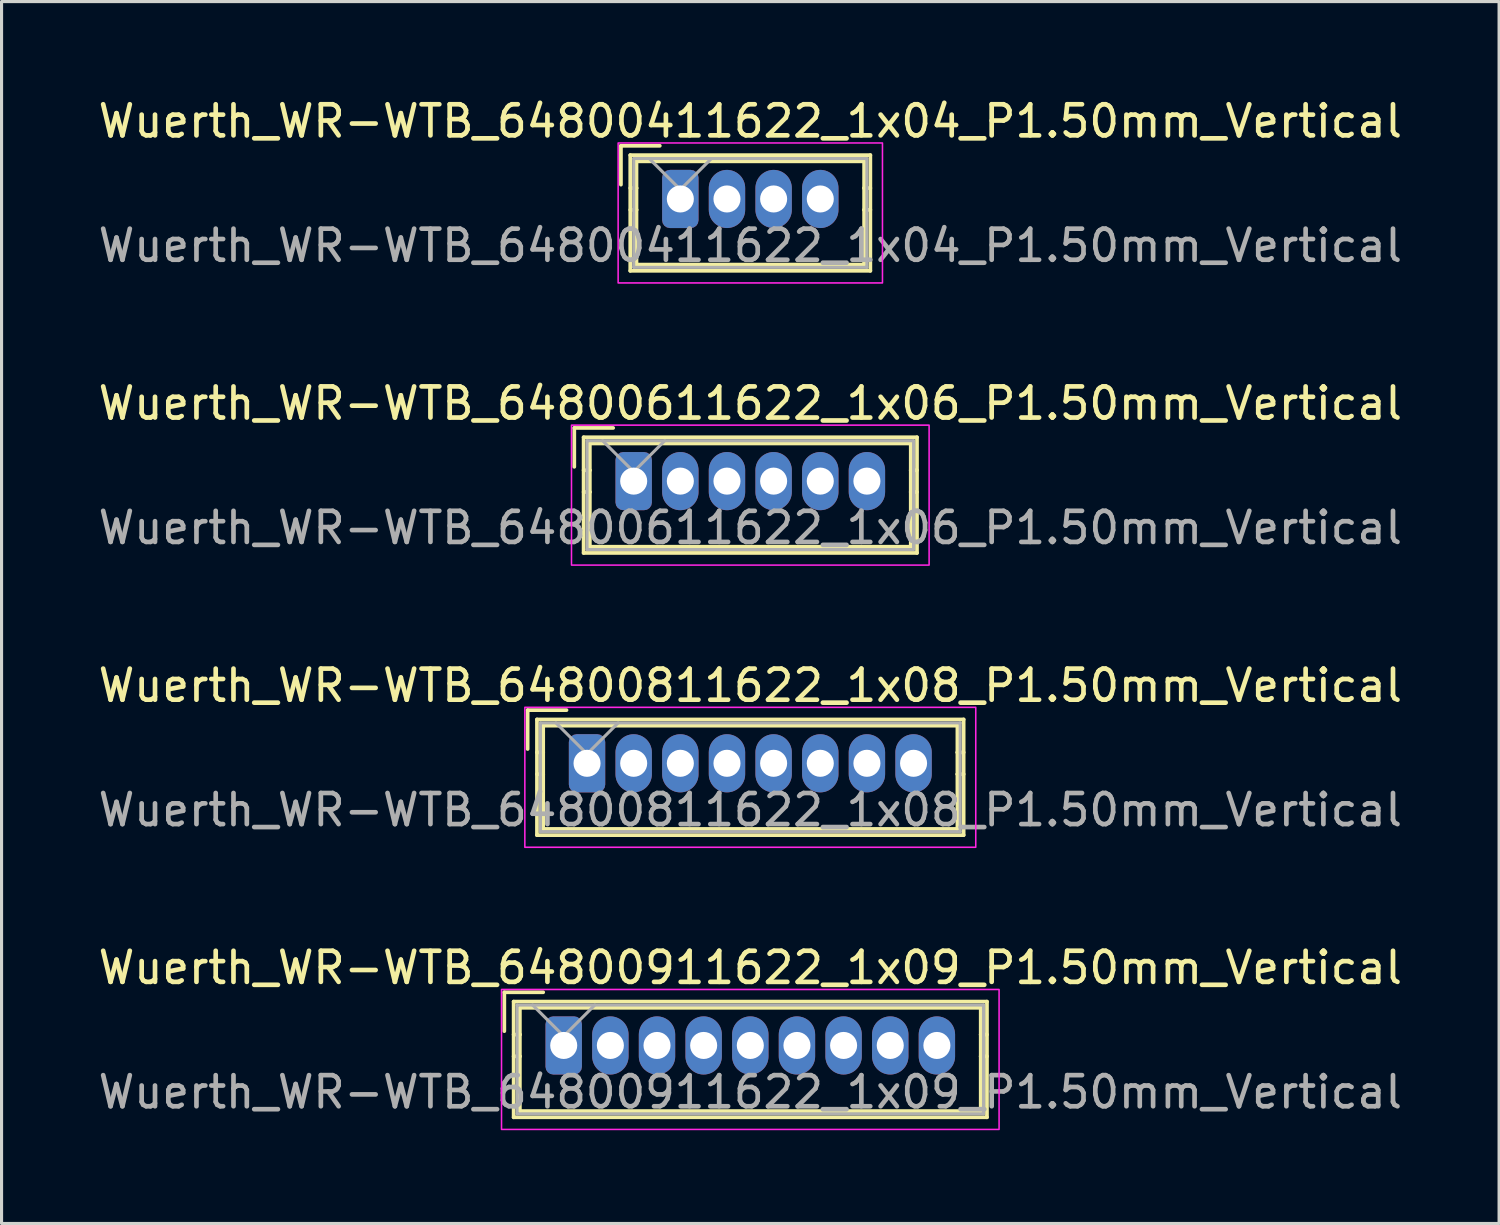
<source format=kicad_pcb>
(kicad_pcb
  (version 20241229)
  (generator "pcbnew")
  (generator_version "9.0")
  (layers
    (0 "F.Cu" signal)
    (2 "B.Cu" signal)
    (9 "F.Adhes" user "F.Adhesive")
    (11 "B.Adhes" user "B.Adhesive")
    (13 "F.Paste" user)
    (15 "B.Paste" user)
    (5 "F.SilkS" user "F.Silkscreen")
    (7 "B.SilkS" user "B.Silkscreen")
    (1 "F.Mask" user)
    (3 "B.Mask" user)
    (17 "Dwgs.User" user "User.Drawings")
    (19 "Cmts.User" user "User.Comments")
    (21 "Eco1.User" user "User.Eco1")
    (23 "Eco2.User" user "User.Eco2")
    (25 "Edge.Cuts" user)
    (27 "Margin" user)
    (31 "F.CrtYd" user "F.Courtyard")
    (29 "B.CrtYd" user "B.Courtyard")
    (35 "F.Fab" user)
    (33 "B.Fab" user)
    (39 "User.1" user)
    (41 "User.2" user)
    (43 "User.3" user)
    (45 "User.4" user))
  (footprint "Wuerth_WR-WTB_64800411622_1x04_P1.50mm_Vertical"
    (layer "F.Cu")
    (at 18.827 3.348)
    (property "Reference" "Wuerth_WR-WTB_64800411622_1x04_P1.50mm_Vertical" (at 2.25 -2.5 0) (layer "F.SilkS") (effects (font (size 1 1) (thickness 0.15))))
    (attr through_hole)
    (fp_line (start -1.91 -1.71) (end -1.91 -0.46) (stroke (width 0.12) (type solid)) (layer "F.SilkS"))
    (fp_line (start -1.61 -1.41) (end -1.61 2.31) (stroke (width 0.12) (type solid)) (layer "F.SilkS"))
    (fp_line (start -1.61 -0.35) (end -1.41 -0.35) (stroke (width 0.12) (type solid)) (layer "F.SilkS"))
    (fp_line (start -1.61 2.31) (end 6.11 2.31) (stroke (width 0.12) (type solid)) (layer "F.SilkS"))
    (fp_line (start -1.41 -1.21) (end 5.91 -1.21) (stroke (width 0.12) (type solid)) (layer "F.SilkS"))
    (fp_line (start -1.41 -0.35) (end -1.41 -1.21) (stroke (width 0.12) (type solid)) (layer "F.SilkS"))
    (fp_line (start -1.41 -0.35) (end -1.41 0.35) (stroke (width 0.12) (type solid)) (layer "F.SilkS"))
    (fp_line (start -1.41 0.35) (end -1.61 0.35) (stroke (width 0.12) (type solid)) (layer "F.SilkS"))
    (fp_line (start -1.41 0.35) (end -1.41 2.11) (stroke (width 0.12) (type solid)) (layer "F.SilkS"))
    (fp_line (start -1.41 2.11) (end 5.91 2.11) (stroke (width 0.12) (type solid)) (layer "F.SilkS"))
    (fp_line (start -0.66 -1.71) (end -1.91 -1.71) (stroke (width 0.12) (type solid)) (layer "F.SilkS"))
    (fp_line (start 5.91 -1.21) (end 5.91 -0.35) (stroke (width 0.12) (type solid)) (layer "F.SilkS"))
    (fp_line (start 5.91 -0.35) (end 5.91 0.35) (stroke (width 0.12) (type solid)) (layer "F.SilkS"))
    (fp_line (start 5.91 -0.35) (end 6.11 -0.35) (stroke (width 0.12) (type solid)) (layer "F.SilkS"))
    (fp_line (start 5.91 0.35) (end 6.11 0.35) (stroke (width 0.12) (type solid)) (layer "F.SilkS"))
    (fp_line (start 5.91 2.11) (end 5.91 0.35) (stroke (width 0.12) (type solid)) (layer "F.SilkS"))
    (fp_line (start 6.11 -1.41) (end -1.61 -1.41) (stroke (width 0.12) (type solid)) (layer "F.SilkS"))
    (fp_line (start 6.11 2.31) (end 6.11 -1.41) (stroke (width 0.12) (type solid)) (layer "F.SilkS"))
    (fp_rect (start -2 -1.8) (end 6.5 2.7) (stroke (width 0.05) (type solid)) (fill no) (layer "F.CrtYd"))
    (fp_line (start -1.5 -1.3) (end -1.5 2.2) (stroke (width 0.1) (type solid)) (layer "F.Fab"))
    (fp_line (start -1.5 2.2) (end 6 2.2) (stroke (width 0.1) (type solid)) (layer "F.Fab"))
    (fp_line (start -1 -1.3) (end 0 -0.3) (stroke (width 0.1) (type solid)) (layer "F.Fab"))
    (fp_line (start 0 -0.3) (end 1 -1.3) (stroke (width 0.1) (type solid)) (layer "F.Fab"))
    (fp_line (start 6 -1.3) (end -1.5 -1.3) (stroke (width 0.1) (type solid)) (layer "F.Fab"))
    (fp_line (start 6 2.2) (end 6 -1.3) (stroke (width 0.1) (type solid)) (layer "F.Fab"))
    (fp_text user "${REFERENCE}" (at 2.25 1.5 0) (layer "F.Fab") (effects (font (size 1 1) (thickness 0.15))))
    (pad "1" thru_hole roundrect (at 0 0) (size 1.17 1.87) (drill 0.87) (layers "*.Cu" "*.Mask") (roundrect_rratio 0.214))
    (pad "2" thru_hole oval (at 1.5 0) (size 1.17 1.87) (drill 0.87) (layers "*.Cu" "*.Mask"))
    (pad "3" thru_hole oval (at 3 0) (size 1.17 1.87) (drill 0.87) (layers "*.Cu" "*.Mask"))
    (pad "4" thru_hole oval (at 4.5 0) (size 1.17 1.87) (drill 0.87) (layers "*.Cu" "*.Mask")))
  (footprint "Wuerth_WR-WTB_64800811622_1x08_P1.50mm_Vertical"
    (layer "F.Cu")
    (at 15.827 21.495)
    (property "Reference" "Wuerth_WR-WTB_64800811622_1x08_P1.50mm_Vertical" (at 5.25 -2.5 0) (layer "F.SilkS") (effects (font (size 1 1) (thickness 0.15))))
    (attr through_hole)
    (fp_line (start -1.91 -1.71) (end -1.91 -0.46) (stroke (width 0.12) (type solid)) (layer "F.SilkS"))
    (fp_line (start -1.61 -1.41) (end -1.61 2.31) (stroke (width 0.12) (type solid)) (layer "F.SilkS"))
    (fp_line (start -1.61 -0.35) (end -1.41 -0.35) (stroke (width 0.12) (type solid)) (layer "F.SilkS"))
    (fp_line (start -1.61 2.31) (end 12.11 2.31) (stroke (width 0.12) (type solid)) (layer "F.SilkS"))
    (fp_line (start -1.41 -1.21) (end 11.91 -1.21) (stroke (width 0.12) (type solid)) (layer "F.SilkS"))
    (fp_line (start -1.41 -0.35) (end -1.41 -1.21) (stroke (width 0.12) (type solid)) (layer "F.SilkS"))
    (fp_line (start -1.41 -0.35) (end -1.41 0.35) (stroke (width 0.12) (type solid)) (layer "F.SilkS"))
    (fp_line (start -1.41 0.35) (end -1.61 0.35) (stroke (width 0.12) (type solid)) (layer "F.SilkS"))
    (fp_line (start -1.41 0.35) (end -1.41 2.11) (stroke (width 0.12) (type solid)) (layer "F.SilkS"))
    (fp_line (start -1.41 2.11) (end 11.91 2.11) (stroke (width 0.12) (type solid)) (layer "F.SilkS"))
    (fp_line (start -0.66 -1.71) (end -1.91 -1.71) (stroke (width 0.12) (type solid)) (layer "F.SilkS"))
    (fp_line (start 11.91 -1.21) (end 11.91 -0.35) (stroke (width 0.12) (type solid)) (layer "F.SilkS"))
    (fp_line (start 11.91 -0.35) (end 11.91 0.35) (stroke (width 0.12) (type solid)) (layer "F.SilkS"))
    (fp_line (start 11.91 -0.35) (end 12.11 -0.35) (stroke (width 0.12) (type solid)) (layer "F.SilkS"))
    (fp_line (start 11.91 0.35) (end 12.11 0.35) (stroke (width 0.12) (type solid)) (layer "F.SilkS"))
    (fp_line (start 11.91 2.11) (end 11.91 0.35) (stroke (width 0.12) (type solid)) (layer "F.SilkS"))
    (fp_line (start 12.11 -1.41) (end -1.61 -1.41) (stroke (width 0.12) (type solid)) (layer "F.SilkS"))
    (fp_line (start 12.11 2.31) (end 12.11 -1.41) (stroke (width 0.12) (type solid)) (layer "F.SilkS"))
    (fp_rect (start -2 -1.8) (end 12.5 2.7) (stroke (width 0.05) (type solid)) (fill no) (layer "F.CrtYd"))
    (fp_line (start -1.5 -1.3) (end -1.5 2.2) (stroke (width 0.1) (type solid)) (layer "F.Fab"))
    (fp_line (start -1.5 2.2) (end 12 2.2) (stroke (width 0.1) (type solid)) (layer "F.Fab"))
    (fp_line (start -1 -1.3) (end 0 -0.3) (stroke (width 0.1) (type solid)) (layer "F.Fab"))
    (fp_line (start 0 -0.3) (end 1 -1.3) (stroke (width 0.1) (type solid)) (layer "F.Fab"))
    (fp_line (start 12 -1.3) (end -1.5 -1.3) (stroke (width 0.1) (type solid)) (layer "F.Fab"))
    (fp_line (start 12 2.2) (end 12 -1.3) (stroke (width 0.1) (type solid)) (layer "F.Fab"))
    (fp_text user "${REFERENCE}" (at 5.25 1.5 0) (layer "F.Fab") (effects (font (size 1 1) (thickness 0.15))))
    (pad "1" thru_hole roundrect (at 0 0) (size 1.17 1.87) (drill 0.87) (layers "*.Cu" "*.Mask") (roundrect_rratio 0.214))
    (pad "2" thru_hole oval (at 1.5 0) (size 1.17 1.87) (drill 0.87) (layers "*.Cu" "*.Mask"))
    (pad "3" thru_hole oval (at 3 0) (size 1.17 1.87) (drill 0.87) (layers "*.Cu" "*.Mask"))
    (pad "4" thru_hole oval (at 4.5 0) (size 1.17 1.87) (drill 0.87) (layers "*.Cu" "*.Mask"))
    (pad "5" thru_hole oval (at 6 0) (size 1.17 1.87) (drill 0.87) (layers "*.Cu" "*.Mask"))
    (pad "6" thru_hole oval (at 7.5 0) (size 1.17 1.87) (drill 0.87) (layers "*.Cu" "*.Mask"))
    (pad "7" thru_hole oval (at 9 0) (size 1.17 1.87) (drill 0.87) (layers "*.Cu" "*.Mask"))
    (pad "8" thru_hole oval (at 10.5 0) (size 1.17 1.87) (drill 0.87) (layers "*.Cu" "*.Mask")))
  (footprint "Wuerth_WR-WTB_64800611622_1x06_P1.50mm_Vertical"
    (layer "F.Cu")
    (at 17.327 12.421)
    (property "Reference" "Wuerth_WR-WTB_64800611622_1x06_P1.50mm_Vertical" (at 3.75 -2.5 0) (layer "F.SilkS") (effects (font (size 1 1) (thickness 0.15))))
    (attr through_hole)
    (fp_line (start -1.91 -1.71) (end -1.91 -0.46) (stroke (width 0.12) (type solid)) (layer "F.SilkS"))
    (fp_line (start -1.61 -1.41) (end -1.61 2.31) (stroke (width 0.12) (type solid)) (layer "F.SilkS"))
    (fp_line (start -1.61 -0.35) (end -1.41 -0.35) (stroke (width 0.12) (type solid)) (layer "F.SilkS"))
    (fp_line (start -1.61 2.31) (end 9.11 2.31) (stroke (width 0.12) (type solid)) (layer "F.SilkS"))
    (fp_line (start -1.41 -1.21) (end 8.91 -1.21) (stroke (width 0.12) (type solid)) (layer "F.SilkS"))
    (fp_line (start -1.41 -0.35) (end -1.41 -1.21) (stroke (width 0.12) (type solid)) (layer "F.SilkS"))
    (fp_line (start -1.41 -0.35) (end -1.41 0.35) (stroke (width 0.12) (type solid)) (layer "F.SilkS"))
    (fp_line (start -1.41 0.35) (end -1.61 0.35) (stroke (width 0.12) (type solid)) (layer "F.SilkS"))
    (fp_line (start -1.41 0.35) (end -1.41 2.11) (stroke (width 0.12) (type solid)) (layer "F.SilkS"))
    (fp_line (start -1.41 2.11) (end 8.91 2.11) (stroke (width 0.12) (type solid)) (layer "F.SilkS"))
    (fp_line (start -0.66 -1.71) (end -1.91 -1.71) (stroke (width 0.12) (type solid)) (layer "F.SilkS"))
    (fp_line (start 8.91 -1.21) (end 8.91 -0.35) (stroke (width 0.12) (type solid)) (layer "F.SilkS"))
    (fp_line (start 8.91 -0.35) (end 8.91 0.35) (stroke (width 0.12) (type solid)) (layer "F.SilkS"))
    (fp_line (start 8.91 -0.35) (end 9.11 -0.35) (stroke (width 0.12) (type solid)) (layer "F.SilkS"))
    (fp_line (start 8.91 0.35) (end 9.11 0.35) (stroke (width 0.12) (type solid)) (layer "F.SilkS"))
    (fp_line (start 8.91 2.11) (end 8.91 0.35) (stroke (width 0.12) (type solid)) (layer "F.SilkS"))
    (fp_line (start 9.11 -1.41) (end -1.61 -1.41) (stroke (width 0.12) (type solid)) (layer "F.SilkS"))
    (fp_line (start 9.11 2.31) (end 9.11 -1.41) (stroke (width 0.12) (type solid)) (layer "F.SilkS"))
    (fp_rect (start -2 -1.8) (end 9.5 2.7) (stroke (width 0.05) (type solid)) (fill no) (layer "F.CrtYd"))
    (fp_line (start -1.5 -1.3) (end -1.5 2.2) (stroke (width 0.1) (type solid)) (layer "F.Fab"))
    (fp_line (start -1.5 2.2) (end 9 2.2) (stroke (width 0.1) (type solid)) (layer "F.Fab"))
    (fp_line (start -1 -1.3) (end 0 -0.3) (stroke (width 0.1) (type solid)) (layer "F.Fab"))
    (fp_line (start 0 -0.3) (end 1 -1.3) (stroke (width 0.1) (type solid)) (layer "F.Fab"))
    (fp_line (start 9 -1.3) (end -1.5 -1.3) (stroke (width 0.1) (type solid)) (layer "F.Fab"))
    (fp_line (start 9 2.2) (end 9 -1.3) (stroke (width 0.1) (type solid)) (layer "F.Fab"))
    (fp_text user "${REFERENCE}" (at 3.75 1.5 0) (layer "F.Fab") (effects (font (size 1 1) (thickness 0.15))))
    (pad "1" thru_hole roundrect (at 0 0) (size 1.17 1.87) (drill 0.87) (layers "*.Cu" "*.Mask") (roundrect_rratio 0.214))
    (pad "2" thru_hole oval (at 1.5 0) (size 1.17 1.87) (drill 0.87) (layers "*.Cu" "*.Mask"))
    (pad "3" thru_hole oval (at 3 0) (size 1.17 1.87) (drill 0.87) (layers "*.Cu" "*.Mask"))
    (pad "4" thru_hole oval (at 4.5 0) (size 1.17 1.87) (drill 0.87) (layers "*.Cu" "*.Mask"))
    (pad "5" thru_hole oval (at 6 0) (size 1.17 1.87) (drill 0.87) (layers "*.Cu" "*.Mask"))
    (pad "6" thru_hole oval (at 7.5 0) (size 1.17 1.87) (drill 0.87) (layers "*.Cu" "*.Mask")))
  (footprint "Wuerth_WR-WTB_64800911622_1x09_P1.50mm_Vertical"
    (layer "F.Cu")
    (at 15.077 30.568)
    (property "Reference" "Wuerth_WR-WTB_64800911622_1x09_P1.50mm_Vertical" (at 6 -2.5 0) (layer "F.SilkS") (effects (font (size 1 1) (thickness 0.15))))
    (attr through_hole)
    (fp_line (start -1.91 -1.71) (end -1.91 -0.46) (stroke (width 0.12) (type solid)) (layer "F.SilkS"))
    (fp_line (start -1.61 -1.41) (end -1.61 2.31) (stroke (width 0.12) (type solid)) (layer "F.SilkS"))
    (fp_line (start -1.61 -0.35) (end -1.41 -0.35) (stroke (width 0.12) (type solid)) (layer "F.SilkS"))
    (fp_line (start -1.61 2.31) (end 13.61 2.31) (stroke (width 0.12) (type solid)) (layer "F.SilkS"))
    (fp_line (start -1.41 -1.21) (end 13.41 -1.21) (stroke (width 0.12) (type solid)) (layer "F.SilkS"))
    (fp_line (start -1.41 -0.35) (end -1.41 -1.21) (stroke (width 0.12) (type solid)) (layer "F.SilkS"))
    (fp_line (start -1.41 -0.35) (end -1.41 0.35) (stroke (width 0.12) (type solid)) (layer "F.SilkS"))
    (fp_line (start -1.41 0.35) (end -1.61 0.35) (stroke (width 0.12) (type solid)) (layer "F.SilkS"))
    (fp_line (start -1.41 0.35) (end -1.41 2.11) (stroke (width 0.12) (type solid)) (layer "F.SilkS"))
    (fp_line (start -1.41 2.11) (end 13.41 2.11) (stroke (width 0.12) (type solid)) (layer "F.SilkS"))
    (fp_line (start -0.66 -1.71) (end -1.91 -1.71) (stroke (width 0.12) (type solid)) (layer "F.SilkS"))
    (fp_line (start 13.41 -1.21) (end 13.41 -0.35) (stroke (width 0.12) (type solid)) (layer "F.SilkS"))
    (fp_line (start 13.41 -0.35) (end 13.41 0.35) (stroke (width 0.12) (type solid)) (layer "F.SilkS"))
    (fp_line (start 13.41 -0.35) (end 13.61 -0.35) (stroke (width 0.12) (type solid)) (layer "F.SilkS"))
    (fp_line (start 13.41 0.35) (end 13.61 0.35) (stroke (width 0.12) (type solid)) (layer "F.SilkS"))
    (fp_line (start 13.41 2.11) (end 13.41 0.35) (stroke (width 0.12) (type solid)) (layer "F.SilkS"))
    (fp_line (start 13.61 -1.41) (end -1.61 -1.41) (stroke (width 0.12) (type solid)) (layer "F.SilkS"))
    (fp_line (start 13.61 2.31) (end 13.61 -1.41) (stroke (width 0.12) (type solid)) (layer "F.SilkS"))
    (fp_rect (start -2 -1.8) (end 14 2.7) (stroke (width 0.05) (type solid)) (fill no) (layer "F.CrtYd"))
    (fp_line (start -1.5 -1.3) (end -1.5 2.2) (stroke (width 0.1) (type solid)) (layer "F.Fab"))
    (fp_line (start -1.5 2.2) (end 13.5 2.2) (stroke (width 0.1) (type solid)) (layer "F.Fab"))
    (fp_line (start -1 -1.3) (end 0 -0.3) (stroke (width 0.1) (type solid)) (layer "F.Fab"))
    (fp_line (start 0 -0.3) (end 1 -1.3) (stroke (width 0.1) (type solid)) (layer "F.Fab"))
    (fp_line (start 13.5 -1.3) (end -1.5 -1.3) (stroke (width 0.1) (type solid)) (layer "F.Fab"))
    (fp_line (start 13.5 2.2) (end 13.5 -1.3) (stroke (width 0.1) (type solid)) (layer "F.Fab"))
    (fp_text user "${REFERENCE}" (at 6 1.5 0) (layer "F.Fab") (effects (font (size 1 1) (thickness 0.15))))
    (pad "1" thru_hole roundrect (at 0 0) (size 1.17 1.87) (drill 0.87) (layers "*.Cu" "*.Mask") (roundrect_rratio 0.214))
    (pad "2" thru_hole oval (at 1.5 0) (size 1.17 1.87) (drill 0.87) (layers "*.Cu" "*.Mask"))
    (pad "3" thru_hole oval (at 3 0) (size 1.17 1.87) (drill 0.87) (layers "*.Cu" "*.Mask"))
    (pad "4" thru_hole oval (at 4.5 0) (size 1.17 1.87) (drill 0.87) (layers "*.Cu" "*.Mask"))
    (pad "5" thru_hole oval (at 6 0) (size 1.17 1.87) (drill 0.87) (layers "*.Cu" "*.Mask"))
    (pad "6" thru_hole oval (at 7.5 0) (size 1.17 1.87) (drill 0.87) (layers "*.Cu" "*.Mask"))
    (pad "7" thru_hole oval (at 9 0) (size 1.17 1.87) (drill 0.87) (layers "*.Cu" "*.Mask"))
    (pad "8" thru_hole oval (at 10.5 0) (size 1.17 1.87) (drill 0.87) (layers "*.Cu" "*.Mask"))
    (pad "9" thru_hole oval (at 12 0) (size 1.17 1.87) (drill 0.87) (layers "*.Cu" "*.Mask")))
  (gr_rect
    (start -3 -3)
    (end 45.155 36.293)
    (stroke (width 0.1) (type default))
    (fill no)
    (layer "Edge.Cuts")))
</source>
